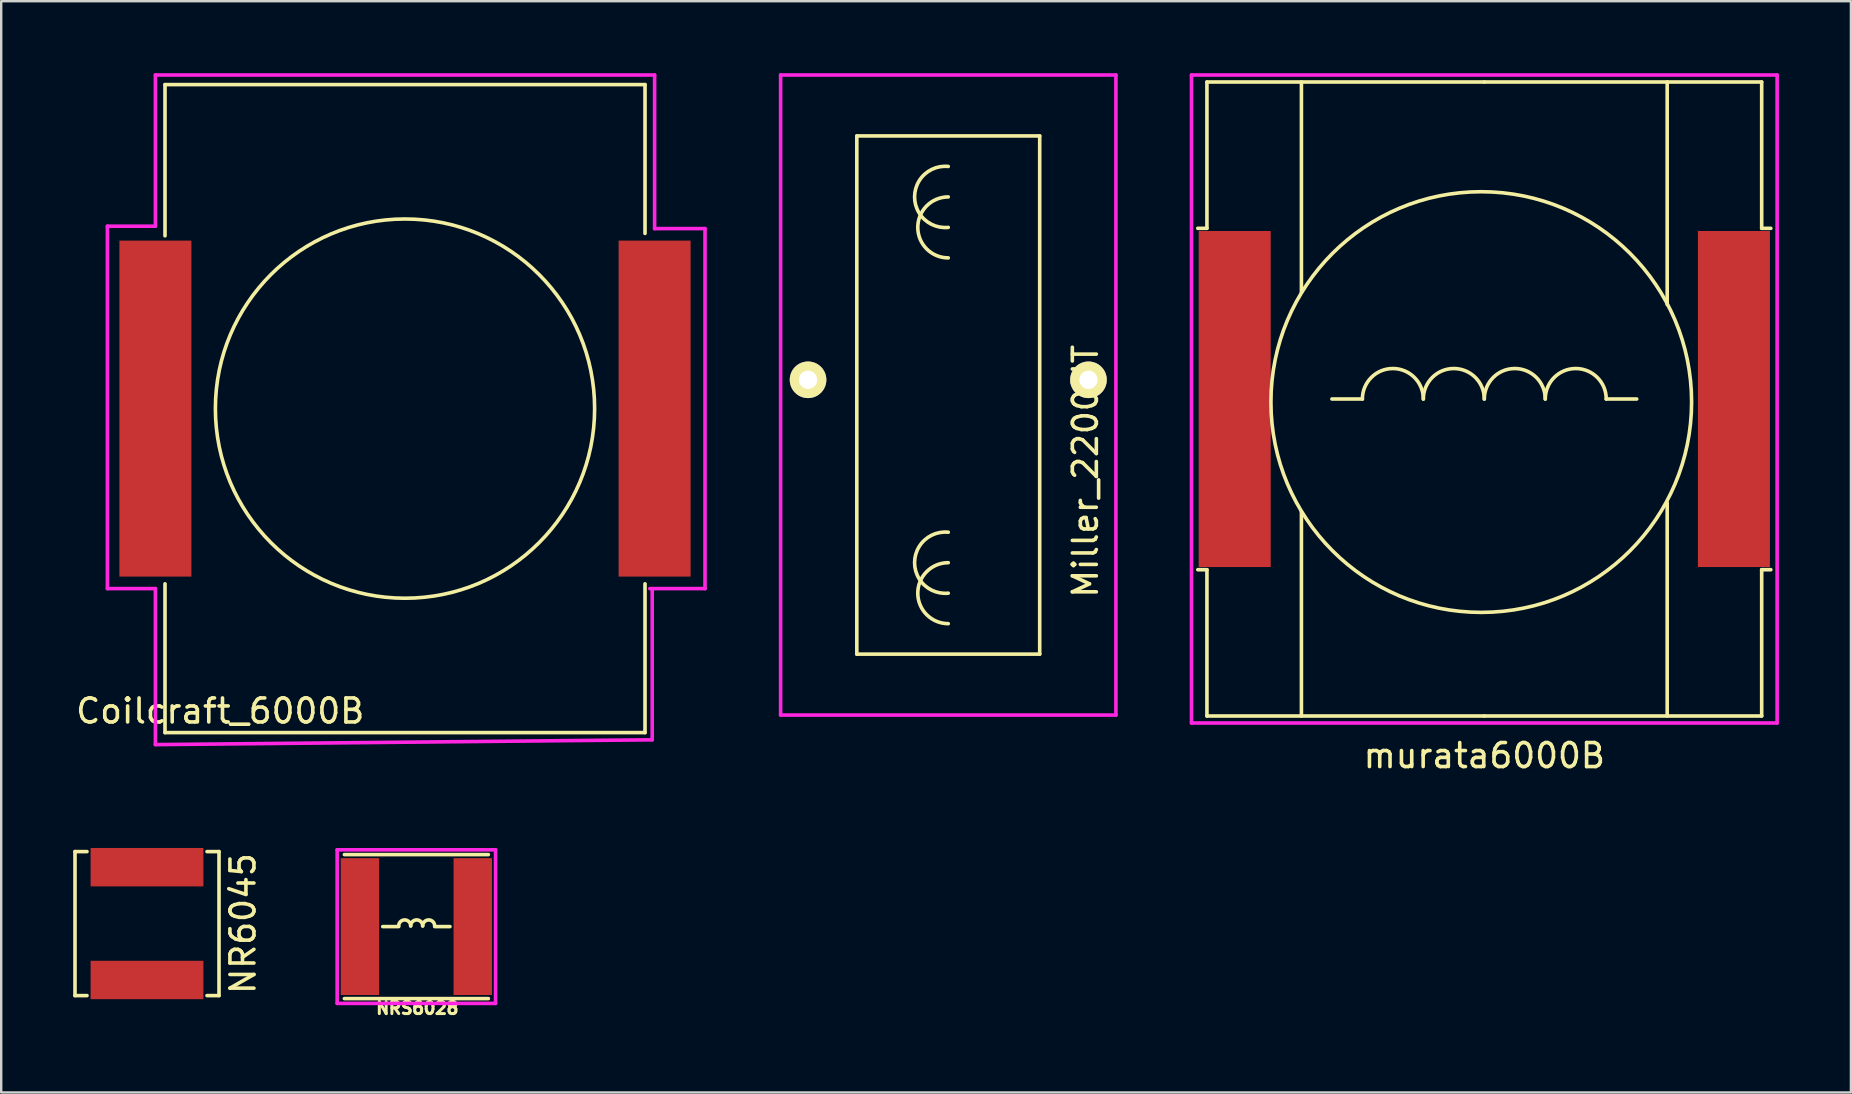
<source format=kicad_pcb>
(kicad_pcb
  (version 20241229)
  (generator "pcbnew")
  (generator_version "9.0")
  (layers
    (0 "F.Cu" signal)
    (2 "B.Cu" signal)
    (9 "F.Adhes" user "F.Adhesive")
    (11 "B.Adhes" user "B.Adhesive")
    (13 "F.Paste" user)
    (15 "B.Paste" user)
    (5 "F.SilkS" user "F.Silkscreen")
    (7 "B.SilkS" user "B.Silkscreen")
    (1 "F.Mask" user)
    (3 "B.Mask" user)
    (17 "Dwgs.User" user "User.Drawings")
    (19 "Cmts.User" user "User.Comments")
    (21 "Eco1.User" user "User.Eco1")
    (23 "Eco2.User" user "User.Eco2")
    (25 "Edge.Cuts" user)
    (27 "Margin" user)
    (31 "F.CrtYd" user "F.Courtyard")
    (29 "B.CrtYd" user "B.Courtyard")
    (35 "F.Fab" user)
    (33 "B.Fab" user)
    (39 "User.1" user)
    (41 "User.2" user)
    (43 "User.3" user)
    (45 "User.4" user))
  (footprint "murata6000B"
    (layer "F.Cu")
    (at 58.795 13.575)
    (property "Reference" "murata6000B" (at 0 14.859 0) (layer "F.SilkS") (effects (font (size 1 1) (thickness 0.15))))
    (attr through_hole)
    (fp_line (start -11.938 -7.112) (end -11.557 -7.112) (stroke (width 0.15) (type solid)) (layer "F.SilkS"))
    (fp_line (start -11.938 7.112) (end -11.557 7.112) (stroke (width 0.15) (type solid)) (layer "F.SilkS"))
    (fp_line (start -11.557 -13.208) (end 0 -13.208) (stroke (width 0.15) (type solid)) (layer "F.SilkS"))
    (fp_line (start -11.557 -7.112) (end -11.557 -13.208) (stroke (width 0.15) (type solid)) (layer "F.SilkS"))
    (fp_line (start -11.557 13.208) (end -11.557 7.112) (stroke (width 0.15) (type solid)) (layer "F.SilkS"))
    (fp_line (start -11.557 13.208) (end 0 13.208) (stroke (width 0.15) (type solid)) (layer "F.SilkS"))
    (fp_line (start -7.62 -4.445) (end -7.62 -13.208) (stroke (width 0.15) (type solid)) (layer "F.SilkS"))
    (fp_line (start -7.62 4.699) (end -7.62 13.208) (stroke (width 0.15) (type solid)) (layer "F.SilkS"))
    (fp_line (start -5.08 0) (end -6.35 0) (stroke (width 0.15) (type solid)) (layer "F.SilkS"))
    (fp_line (start 5.08 0) (end 6.35 0) (stroke (width 0.15) (type solid)) (layer "F.SilkS"))
    (fp_line (start 7.62 -3.937) (end 7.62 -13.208) (stroke (width 0.15) (type solid)) (layer "F.SilkS"))
    (fp_line (start 7.62 4.318) (end 7.62 13.208) (stroke (width 0.15) (type solid)) (layer "F.SilkS"))
    (fp_line (start 11.557 -13.208) (end 0 -13.208) (stroke (width 0.15) (type solid)) (layer "F.SilkS"))
    (fp_line (start 11.557 -13.208) (end 11.557 -7.112) (stroke (width 0.15) (type solid)) (layer "F.SilkS"))
    (fp_line (start 11.557 7.112) (end 11.557 13.208) (stroke (width 0.15) (type solid)) (layer "F.SilkS"))
    (fp_line (start 11.557 13.208) (end 0 13.208) (stroke (width 0.15) (type solid)) (layer "F.SilkS"))
    (fp_line (start 11.938 -7.112) (end 11.557 -7.112) (stroke (width 0.15) (type solid)) (layer "F.SilkS"))
    (fp_line (start 11.938 7.112) (end 11.557 7.112) (stroke (width 0.15) (type solid)) (layer "F.SilkS"))
    (fp_arc (start -5.08 0) (mid -3.81 -1.27) (end -2.54 0) (stroke (width 0.15) (type solid)) (layer "F.SilkS"))
    (fp_arc (start -2.54 0) (mid -1.27 -1.27) (end 0 0) (stroke (width 0.15) (type solid)) (layer "F.SilkS"))
    (fp_arc (start 0 0) (mid 1.27 -1.27) (end 2.54 0) (stroke (width 0.15) (type solid)) (layer "F.SilkS"))
    (fp_arc (start 2.54 0) (mid 3.81 -1.27) (end 5.08 0) (stroke (width 0.15) (type solid)) (layer "F.SilkS"))
    (fp_circle (center -0.127 0.127) (end 8.636 0) (stroke (width 0.15) (type solid)) (fill no) (layer "F.SilkS"))
    (fp_line (start -12.2 -13.5) (end -12.2 13.5) (stroke (width 0.15) (type solid)) (layer "F.CrtYd"))
    (fp_line (start -12.2 -13.5) (end 12.2 -13.5) (stroke (width 0.15) (type solid)) (layer "F.CrtYd"))
    (fp_line (start -12.2 13.5) (end 12.2 13.5) (stroke (width 0.15) (type solid)) (layer "F.CrtYd"))
    (fp_line (start 12.2 -13.5) (end 12.2 13.5) (stroke (width 0.15) (type solid)) (layer "F.CrtYd"))
    (pad "1" smd rect (at 10.4 0) (size 3 14) (layers "F.Cu" "F.Mask" "F.Paste"))
    (pad "2" smd rect (at -10.4 0) (size 3 14) (layers "F.Cu" "F.Mask" "F.Paste")))
  (footprint "NRS6028"
    (layer "F.Cu")
    (at 14.298 35.557)
    (property "Reference" "NRS6028" (at 0.04 3.4 0) (layer "F.SilkS") (effects (font (size 0.5 0.5) (thickness 0.125))))
    (attr through_hole)
    (fp_line (start -3 -3) (end 3 -3) (stroke (width 0.15) (type solid)) (layer "F.SilkS"))
    (fp_line (start -3 3) (end 3 3) (stroke (width 0.15) (type solid)) (layer "F.SilkS"))
    (fp_line (start -0.737 0) (end -1.4 0) (stroke (width 0.15) (type solid)) (layer "F.SilkS"))
    (fp_line (start 0.763 0) (end 1.4 0) (stroke (width 0.15) (type solid)) (layer "F.SilkS"))
    (fp_arc (start -0.736818 -0.027818) (mid -0.486818 -0.277818) (end -0.236818 -0.027818) (stroke (width 0.15) (type solid)) (layer "F.SilkS"))
    (fp_arc (start -0.236818 -0.027818) (mid 0.013182 -0.277818) (end 0.263182 -0.027818) (stroke (width 0.15) (type solid)) (layer "F.SilkS"))
    (fp_arc (start 0.263182 -0.027818) (mid 0.513182 -0.277818) (end 0.763182 -0.027818) (stroke (width 0.15) (type solid)) (layer "F.SilkS"))
    (fp_line (start -3.3 -3.2) (end 3.3 -3.2) (stroke (width 0.15) (type solid)) (layer "F.CrtYd"))
    (fp_line (start -3.3 3.2) (end -3.3 -3.2) (stroke (width 0.15) (type solid)) (layer "F.CrtYd"))
    (fp_line (start 3.3 -3.2) (end 3.3 3.2) (stroke (width 0.15) (type solid)) (layer "F.CrtYd"))
    (fp_line (start 3.3 3.2) (end -3.3 3.2) (stroke (width 0.15) (type solid)) (layer "F.CrtYd"))
    (pad "1" smd rect (at -2.35 0) (size 1.6 5.7) (layers "F.Cu" "F.Mask" "F.Paste"))
    (pad "2" smd rect (at 2.35 0) (size 1.6 5.7) (layers "F.Cu" "F.Mask" "F.Paste")))
  (footprint "Miller_2200HT"
    (layer "F.Cu")
    (at 36.46 12.775)
    (property "Reference" "Miller_2200HT" (at 5.715 3.81 90) (layer "F.SilkS") (effects (font (size 1 1) (thickness 0.15))))
    (attr through_hole)
    (fp_line (start -3.81 -10.16) (end 3.81 -10.16) (stroke (width 0.15) (type solid)) (layer "F.SilkS"))
    (fp_line (start -3.81 11.43) (end -3.81 -10.16) (stroke (width 0.15) (type solid)) (layer "F.SilkS"))
    (fp_line (start 3.81 -10.16) (end 3.81 11.43) (stroke (width 0.15) (type solid)) (layer "F.SilkS"))
    (fp_line (start 3.81 11.43) (end -3.81 11.43) (stroke (width 0.15) (type solid)) (layer "F.SilkS"))
    (fp_arc (start 0 -6.35) (mid -1.403334 -7.62) (end 0 -8.89) (stroke (width 0.15) (type solid)) (layer "F.SilkS"))
    (fp_arc (start 0 -5.08) (mid -1.27 -6.35) (end 0 -7.62) (stroke (width 0.15) (type solid)) (layer "F.SilkS"))
    (fp_arc (start 0 8.89) (mid -1.403334 7.62) (end 0 6.35) (stroke (width 0.15) (type solid)) (layer "F.SilkS"))
    (fp_arc (start 0 10.16) (mid -1.27 8.89) (end 0 7.62) (stroke (width 0.15) (type solid)) (layer "F.SilkS"))
    (fp_line (start -6.985 -12.7) (end 6.985 -12.7) (stroke (width 0.15) (type solid)) (layer "F.CrtYd"))
    (fp_line (start -6.985 13.97) (end -6.985 -12.7) (stroke (width 0.15) (type solid)) (layer "F.CrtYd"))
    (fp_line (start 6.985 -12.7) (end 6.985 13.97) (stroke (width 0.15) (type solid)) (layer "F.CrtYd"))
    (fp_line (start 6.985 13.97) (end -6.985 13.97) (stroke (width 0.15) (type solid)) (layer "F.CrtYd"))
    (pad "1" thru_hole circle (at -5.842 0) (size 1.524 1.524) (drill 0.762) (layers "*.Cu" "*.Mask" "F.SilkS"))
    (pad "2" thru_hole circle (at 5.842 0) (size 1.524 1.524) (drill 0.762) (layers "*.Cu" "*.Mask" "F.SilkS")))
  (footprint "NR6045"
    (layer "F.Cu")
    (at 3.075 35.432)
    (property "Reference" "NR6045" (at 4 0 90) (layer "F.SilkS") (effects (font (size 1 1) (thickness 0.15))))
    (attr through_hole)
    (fp_line (start -3 -3) (end -3 3) (stroke (width 0.15) (type solid)) (layer "F.SilkS"))
    (fp_line (start -3 -3) (end -2.5 -3) (stroke (width 0.15) (type solid)) (layer "F.SilkS"))
    (fp_line (start -3 3) (end -2.5 3) (stroke (width 0.15) (type solid)) (layer "F.SilkS"))
    (fp_line (start 3 -3) (end 2.5 -3) (stroke (width 0.15) (type solid)) (layer "F.SilkS"))
    (fp_line (start 3 -3) (end 3 3) (stroke (width 0.15) (type solid)) (layer "F.SilkS"))
    (fp_line (start 3 3) (end 2.5 3) (stroke (width 0.15) (type solid)) (layer "F.SilkS"))
    (pad "1" smd rect (at 0 -2.35 90) (size 1.6 4.7) (layers "F.Cu" "F.Mask" "F.Paste"))
    (pad "2" smd rect (at 0 2.35 90) (size 1.6 4.7) (layers "F.Cu" "F.Mask" "F.Paste")))
  (footprint "Coilcraft_6000B"
    (layer "F.Cu")
    (at 13.825 13.975)
    (property "Reference" "Coilcraft_6000B" (at -7.7 12.6 0) (layer "F.SilkS") (effects (font (size 1 1) (thickness 0.15))))
    (attr through_hole)
    (fp_line (start -10 -13.5) (end -10 -7.2) (stroke (width 0.15) (type solid)) (layer "F.SilkS"))
    (fp_line (start -10 -13.5) (end 10 -13.5) (stroke (width 0.15) (type solid)) (layer "F.SilkS"))
    (fp_line (start -10 13.5) (end -10 7.3) (stroke (width 0.15) (type solid)) (layer "F.SilkS"))
    (fp_line (start -10 13.5) (end 10 13.5) (stroke (width 0.15) (type solid)) (layer "F.SilkS"))
    (fp_line (start 10 -13.5) (end 10 -7.3) (stroke (width 0.15) (type solid)) (layer "F.SilkS"))
    (fp_line (start 10 13.5) (end 10 7.3) (stroke (width 0.15) (type solid)) (layer "F.SilkS"))
    (fp_circle (center 0 0) (end 7.9 0.1) (stroke (width 0.15) (type solid)) (fill no) (layer "F.SilkS"))
    (fp_line (start -12.4 -7.6) (end -10.4 -7.6) (stroke (width 0.15) (type solid)) (layer "F.CrtYd"))
    (fp_line (start -12.4 7.5) (end -12.4 -7.6) (stroke (width 0.15) (type solid)) (layer "F.CrtYd"))
    (fp_line (start -10.4 -13.9) (end 10.4 -13.9) (stroke (width 0.15) (type solid)) (layer "F.CrtYd"))
    (fp_line (start -10.4 -7.6) (end -10.4 -13.9) (stroke (width 0.15) (type solid)) (layer "F.CrtYd"))
    (fp_line (start -10.4 7.5) (end -12.4 7.5) (stroke (width 0.15) (type solid)) (layer "F.CrtYd"))
    (fp_line (start -10.4 14) (end -10.4 7.5) (stroke (width 0.15) (type solid)) (layer "F.CrtYd"))
    (fp_line (start 10.3 7.5) (end 10.3 13.8) (stroke (width 0.15) (type solid)) (layer "F.CrtYd"))
    (fp_line (start 10.3 13.8) (end -10.4 14) (stroke (width 0.15) (type solid)) (layer "F.CrtYd"))
    (fp_line (start 10.4 -13.9) (end 10.4 -7.5) (stroke (width 0.15) (type solid)) (layer "F.CrtYd"))
    (fp_line (start 10.4 -7.5) (end 12.5 -7.5) (stroke (width 0.15) (type solid)) (layer "F.CrtYd"))
    (fp_line (start 12.5 -7.5) (end 12.5 7.5) (stroke (width 0.15) (type solid)) (layer "F.CrtYd"))
    (fp_line (start 12.5 7.5) (end 10.2 7.5) (stroke (width 0.15) (type solid)) (layer "F.CrtYd"))
    (pad "1" smd rect (at -10.4 0) (size 3 14) (layers "F.Cu" "F.Mask" "F.Paste"))
    (pad "2" smd trapezoid (at 10.4 0) (size 3 14) (layers "F.Cu" "F.Mask" "F.Paste")))
  (gr_rect
    (start -3 -3)
    (end 74.07 42.469)
    (stroke (width 0.1) (type default))
    (fill no)
    (layer "Edge.Cuts")))
</source>
